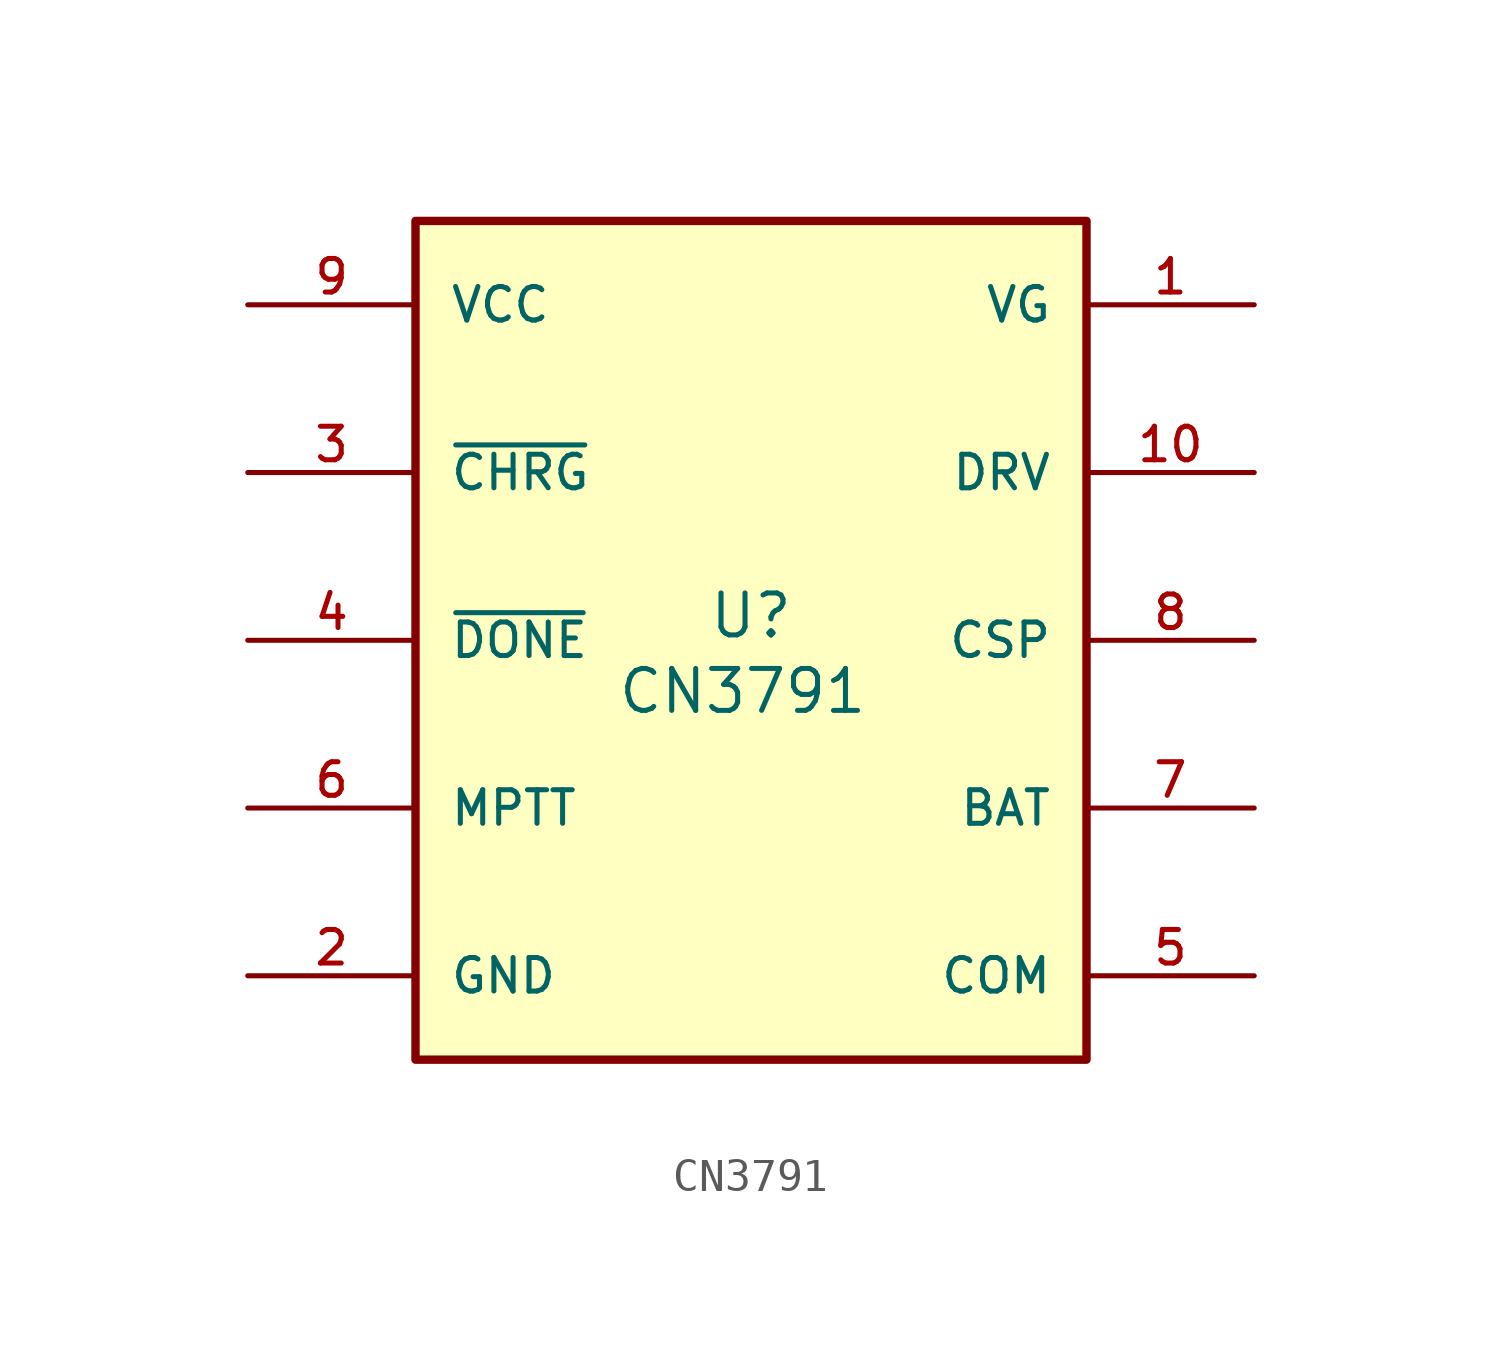
<source format=kicad_sym>
(kicad_symbol_lib
  (version 20241209)
  (generator "kicad_symbol_editor")
  (generator_version "9.0")
  (symbol "CN3791"
    (pin_names
      (offset 1.016))
    (property "Reference" "U"
      (at 0 0 0)
      (effects (font (size 1.27 1.27)) (justify bottom)))
    (property "Value" "CN3791"
      (at -0.254 -2.286 0)
      (effects (font (size 1.27 1.27)) (justify bottom)))
    (symbol "CN3791_0_0"
      (rectangle (start -10.16 12.7) (end 10.16 -12.7) (stroke (width 0.254) (type default)) (fill (type background)))
      (pin bidirectional line (at -15.24 10.16 0) (length 5.08) (name "VCC" (effects (font (size 1.016 1.016)))) (number "9" (effects (font (size 1.016 1.016)))))
      (pin bidirectional line (at -15.24 5.08 0) (length 5.08) (name "~{CHRG}" (effects (font (size 1.016 1.016)))) (number "3" (effects (font (size 1.016 1.016)))))
      (pin bidirectional line (at -15.24 0 0) (length 5.08) (name "~{DONE}" (effects (font (size 1.016 1.016)))) (number "4" (effects (font (size 1.016 1.016)))))
      (pin bidirectional line (at -15.24 -5.08 0) (length 5.08) (name "MPTT" (effects (font (size 1.016 1.016)))) (number "6" (effects (font (size 1.016 1.016)))))
      (pin bidirectional line (at -15.24 -10.16 0) (length 5.08) (name "GND" (effects (font (size 1.016 1.016)))) (number "2" (effects (font (size 1.016 1.016)))))
      (pin bidirectional line (at 15.24 10.16 180) (length 5.08) (name "VG" (effects (font (size 1.016 1.016)))) (number "1" (effects (font (size 1.016 1.016)))))
      (pin bidirectional line (at 15.24 5.08 180) (length 5.08) (name "DRV" (effects (font (size 1.016 1.016)))) (number "10" (effects (font (size 1.016 1.016)))))
      (pin bidirectional line (at 15.24 0 180) (length 5.08) (name "CSP" (effects (font (size 1.016 1.016)))) (number "8" (effects (font (size 1.016 1.016)))))
      (pin bidirectional line (at 15.24 -5.08 180) (length 5.08) (name "BAT" (effects (font (size 1.016 1.016)))) (number "7" (effects (font (size 1.016 1.016)))))
      (pin bidirectional line (at 15.24 -10.16 180) (length 5.08) (name "COM" (effects (font (size 1.016 1.016)))) (number "5" (effects (font (size 1.016 1.016))))))))
</source>
